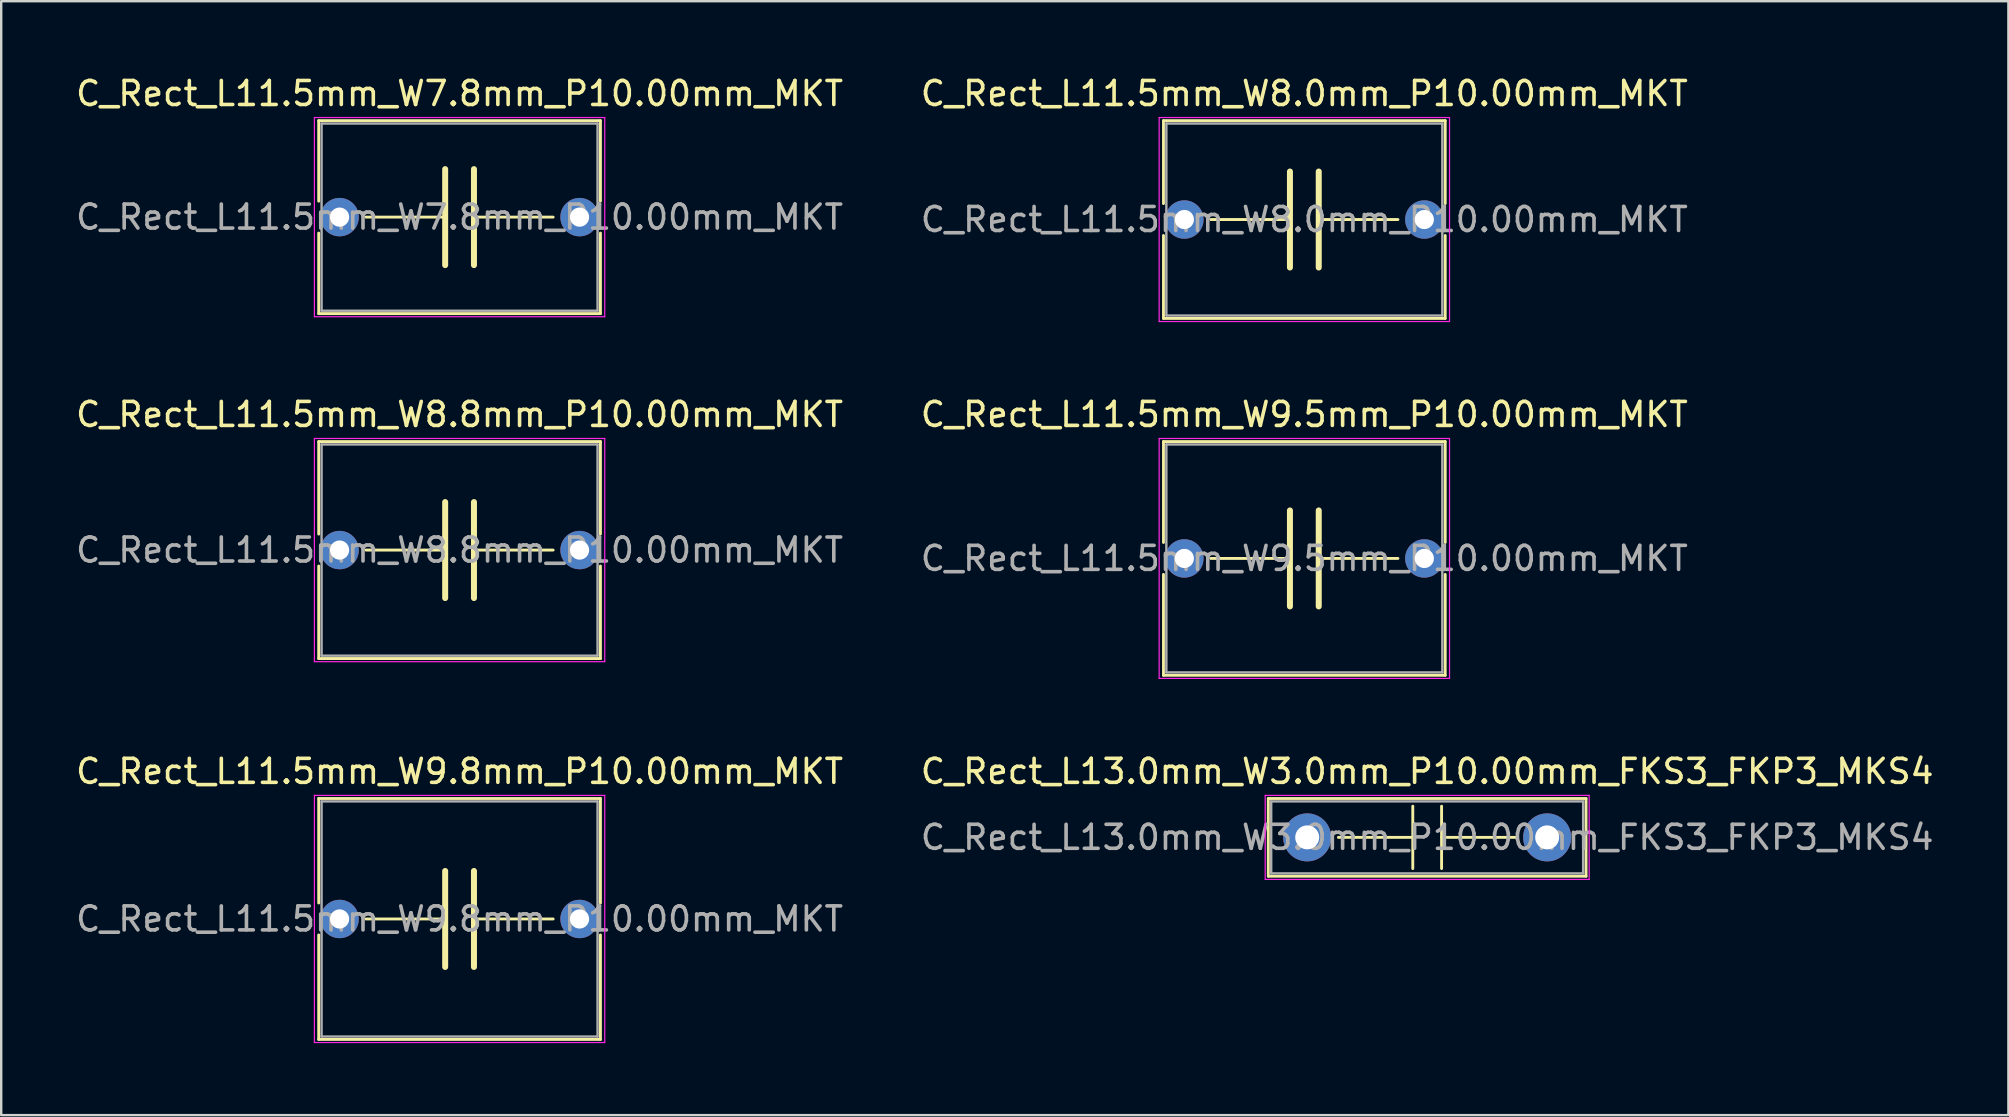
<source format=kicad_pcb>
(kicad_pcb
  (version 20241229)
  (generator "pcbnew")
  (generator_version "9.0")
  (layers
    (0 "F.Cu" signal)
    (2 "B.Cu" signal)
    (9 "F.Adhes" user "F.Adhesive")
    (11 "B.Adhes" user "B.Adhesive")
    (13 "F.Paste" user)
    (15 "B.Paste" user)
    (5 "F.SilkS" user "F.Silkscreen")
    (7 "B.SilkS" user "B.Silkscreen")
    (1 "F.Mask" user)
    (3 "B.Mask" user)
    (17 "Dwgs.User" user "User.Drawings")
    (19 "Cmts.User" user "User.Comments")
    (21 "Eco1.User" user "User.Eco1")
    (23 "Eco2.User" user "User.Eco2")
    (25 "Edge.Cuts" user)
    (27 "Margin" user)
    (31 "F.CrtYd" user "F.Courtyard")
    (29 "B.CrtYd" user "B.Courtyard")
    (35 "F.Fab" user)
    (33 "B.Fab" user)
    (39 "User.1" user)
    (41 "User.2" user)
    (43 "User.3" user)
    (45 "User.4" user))
  (footprint "C_Rect_L13.0mm_W3.0mm_P10.00mm_FKS3_FKP3_MKS4"
    (layer "F.Cu")
    (at 51.423 31.845)
    (property "Reference" "C_Rect_L13.0mm_W3.0mm_P10.00mm_FKS3_FKP3_MKS4" (at 5 -2.75 0) (layer "F.SilkS") (effects (font (size 1 1) (thickness 0.15))))
    (attr through_hole)
    (fp_line (start -1.62 -1.62) (end -1.62 1.62) (stroke (width 0.12) (type solid)) (layer "F.SilkS"))
    (fp_line (start -1.62 -1.62) (end 11.62 -1.62) (stroke (width 0.12) (type solid)) (layer "F.SilkS"))
    (fp_line (start -1.62 1.62) (end 11.62 1.62) (stroke (width 0.12) (type solid)) (layer "F.SilkS"))
    (fp_line (start 1.3 0) (end 4.4 0) (stroke (width 0.12) (type solid)) (layer "F.SilkS"))
    (fp_line (start 4.4 1.3) (end 4.4 -1.3) (stroke (width 0.12) (type solid)) (layer "F.SilkS"))
    (fp_line (start 5.6 1.3) (end 5.6 -1.3) (stroke (width 0.12) (type solid)) (layer "F.SilkS"))
    (fp_line (start 8.7 0) (end 5.6 0) (stroke (width 0.12) (type solid)) (layer "F.SilkS"))
    (fp_line (start 11.62 -1.62) (end 11.62 1.62) (stroke (width 0.12) (type solid)) (layer "F.SilkS"))
    (fp_line (start -1.75 -1.75) (end -1.75 1.75) (stroke (width 0.05) (type solid)) (layer "F.CrtYd"))
    (fp_line (start -1.75 1.75) (end 11.75 1.75) (stroke (width 0.05) (type solid)) (layer "F.CrtYd"))
    (fp_line (start 11.75 -1.75) (end -1.75 -1.75) (stroke (width 0.05) (type solid)) (layer "F.CrtYd"))
    (fp_line (start 11.75 1.75) (end 11.75 -1.75) (stroke (width 0.05) (type solid)) (layer "F.CrtYd"))
    (fp_line (start -1.5 -1.5) (end -1.5 1.5) (stroke (width 0.1) (type solid)) (layer "F.Fab"))
    (fp_line (start -1.5 1.5) (end 11.5 1.5) (stroke (width 0.1) (type solid)) (layer "F.Fab"))
    (fp_line (start 11.5 -1.5) (end -1.5 -1.5) (stroke (width 0.1) (type solid)) (layer "F.Fab"))
    (fp_line (start 11.5 1.5) (end 11.5 -1.5) (stroke (width 0.1) (type solid)) (layer "F.Fab"))
    (fp_text user "${REFERENCE}" (at 5 0 0) (layer "F.Fab") (effects (font (size 1 1) (thickness 0.15))))
    (pad "1" thru_hole circle (at 0 0) (size 2 2) (drill 1) (layers "*.Cu" "*.Mask"))
    (pad "2" thru_hole circle (at 10 0) (size 2 2) (drill 1) (layers "*.Cu" "*.Mask")))
  (footprint "C_Rect_L11.5mm_W8.8mm_P10.00mm_MKT"
    (layer "F.Cu")
    (at 11.101 19.872)
    (property "Reference" "C_Rect_L11.5mm_W8.8mm_P10.00mm_MKT" (at 5 -5.65 0) (layer "F.SilkS") (effects (font (size 1 1) (thickness 0.15))))
    (attr through_hole)
    (fp_line (start -0.87 -4.52) (end -0.87 -0.665) (stroke (width 0.12) (type solid)) (layer "F.SilkS"))
    (fp_line (start -0.87 -4.52) (end 10.87 -4.52) (stroke (width 0.12) (type solid)) (layer "F.SilkS"))
    (fp_line (start -0.87 0.665) (end -0.87 4.52) (stroke (width 0.12) (type solid)) (layer "F.SilkS"))
    (fp_line (start -0.87 4.52) (end 10.87 4.52) (stroke (width 0.12) (type solid)) (layer "F.SilkS"))
    (fp_line (start 1.1 0) (end 4.4 0) (stroke (width 0.12) (type solid)) (layer "F.SilkS"))
    (fp_line (start 4.4 2) (end 4.4 -2) (stroke (width 0.25) (type solid)) (layer "F.SilkS"))
    (fp_line (start 5.6 2) (end 5.6 -2) (stroke (width 0.25) (type solid)) (layer "F.SilkS"))
    (fp_line (start 8.9 0) (end 5.6 0) (stroke (width 0.12) (type solid)) (layer "F.SilkS"))
    (fp_line (start 10.87 -4.52) (end 10.87 -0.665) (stroke (width 0.12) (type solid)) (layer "F.SilkS"))
    (fp_line (start 10.87 0.665) (end 10.87 4.52) (stroke (width 0.12) (type solid)) (layer "F.SilkS"))
    (fp_line (start -1.05 -4.65) (end -1.05 4.65) (stroke (width 0.05) (type solid)) (layer "F.CrtYd"))
    (fp_line (start -1.05 4.65) (end 11.05 4.65) (stroke (width 0.05) (type solid)) (layer "F.CrtYd"))
    (fp_line (start 11.05 -4.65) (end -1.05 -4.65) (stroke (width 0.05) (type solid)) (layer "F.CrtYd"))
    (fp_line (start 11.05 4.65) (end 11.05 -4.65) (stroke (width 0.05) (type solid)) (layer "F.CrtYd"))
    (fp_line (start -0.75 -4.4) (end -0.75 4.4) (stroke (width 0.1) (type solid)) (layer "F.Fab"))
    (fp_line (start -0.75 4.4) (end 10.75 4.4) (stroke (width 0.1) (type solid)) (layer "F.Fab"))
    (fp_line (start 10.75 -4.4) (end -0.75 -4.4) (stroke (width 0.1) (type solid)) (layer "F.Fab"))
    (fp_line (start 10.75 4.4) (end 10.75 -4.4) (stroke (width 0.1) (type solid)) (layer "F.Fab"))
    (fp_text user "${REFERENCE}" (at 5 0 0) (layer "F.Fab") (effects (font (size 1 1) (thickness 0.15))))
    (pad "1" thru_hole circle (at 0 0) (size 1.6 1.6) (drill 0.8) (layers "*.Cu" "*.Mask"))
    (pad "2" thru_hole circle (at 10 0) (size 1.6 1.6) (drill 0.8) (layers "*.Cu" "*.Mask")))
  (footprint "C_Rect_L11.5mm_W9.5mm_P10.00mm_MKT"
    (layer "F.Cu")
    (at 46.304 20.221)
    (property "Reference" "C_Rect_L11.5mm_W9.5mm_P10.00mm_MKT" (at 5 -6 0) (layer "F.SilkS") (effects (font (size 1 1) (thickness 0.15))))
    (attr through_hole)
    (fp_line (start -0.87 -4.87) (end -0.87 -0.665) (stroke (width 0.12) (type solid)) (layer "F.SilkS"))
    (fp_line (start -0.87 -4.87) (end 10.87 -4.87) (stroke (width 0.12) (type solid)) (layer "F.SilkS"))
    (fp_line (start -0.87 0.665) (end -0.87 4.87) (stroke (width 0.12) (type solid)) (layer "F.SilkS"))
    (fp_line (start -0.87 4.87) (end 10.87 4.87) (stroke (width 0.12) (type solid)) (layer "F.SilkS"))
    (fp_line (start 1.1 0) (end 4.4 0) (stroke (width 0.12) (type solid)) (layer "F.SilkS"))
    (fp_line (start 4.4 2) (end 4.4 -2) (stroke (width 0.25) (type solid)) (layer "F.SilkS"))
    (fp_line (start 5.6 2) (end 5.6 -2) (stroke (width 0.25) (type solid)) (layer "F.SilkS"))
    (fp_line (start 8.9 0) (end 5.6 0) (stroke (width 0.12) (type solid)) (layer "F.SilkS"))
    (fp_line (start 10.87 -4.87) (end 10.87 -0.665) (stroke (width 0.12) (type solid)) (layer "F.SilkS"))
    (fp_line (start 10.87 0.665) (end 10.87 4.87) (stroke (width 0.12) (type solid)) (layer "F.SilkS"))
    (fp_line (start -1.05 -5) (end -1.05 5) (stroke (width 0.05) (type solid)) (layer "F.CrtYd"))
    (fp_line (start -1.05 5) (end 11.05 5) (stroke (width 0.05) (type solid)) (layer "F.CrtYd"))
    (fp_line (start 11.05 -5) (end -1.05 -5) (stroke (width 0.05) (type solid)) (layer "F.CrtYd"))
    (fp_line (start 11.05 5) (end 11.05 -5) (stroke (width 0.05) (type solid)) (layer "F.CrtYd"))
    (fp_line (start -0.75 -4.75) (end -0.75 4.75) (stroke (width 0.1) (type solid)) (layer "F.Fab"))
    (fp_line (start -0.75 4.75) (end 10.75 4.75) (stroke (width 0.1) (type solid)) (layer "F.Fab"))
    (fp_line (start 10.75 -4.75) (end -0.75 -4.75) (stroke (width 0.1) (type solid)) (layer "F.Fab"))
    (fp_line (start 10.75 4.75) (end 10.75 -4.75) (stroke (width 0.1) (type solid)) (layer "F.Fab"))
    (fp_text user "${REFERENCE}" (at 5 0 0) (layer "F.Fab") (effects (font (size 1 1) (thickness 0.15))))
    (pad "1" thru_hole circle (at 0 0) (size 1.6 1.6) (drill 0.8) (layers "*.Cu" "*.Mask"))
    (pad "2" thru_hole circle (at 10 0) (size 1.6 1.6) (drill 0.8) (layers "*.Cu" "*.Mask")))
  (footprint "C_Rect_L11.5mm_W9.8mm_P10.00mm_MKT"
    (layer "F.Cu")
    (at 11.101 35.245)
    (property "Reference" "C_Rect_L11.5mm_W9.8mm_P10.00mm_MKT" (at 5 -6.15 0) (layer "F.SilkS") (effects (font (size 1 1) (thickness 0.15))))
    (attr through_hole)
    (fp_line (start -0.87 -5.02) (end -0.87 -0.665) (stroke (width 0.12) (type solid)) (layer "F.SilkS"))
    (fp_line (start -0.87 -5.02) (end 10.87 -5.02) (stroke (width 0.12) (type solid)) (layer "F.SilkS"))
    (fp_line (start -0.87 0.665) (end -0.87 5.02) (stroke (width 0.12) (type solid)) (layer "F.SilkS"))
    (fp_line (start -0.87 5.02) (end 10.87 5.02) (stroke (width 0.12) (type solid)) (layer "F.SilkS"))
    (fp_line (start 1.1 0) (end 4.4 0) (stroke (width 0.12) (type solid)) (layer "F.SilkS"))
    (fp_line (start 4.4 2) (end 4.4 -2) (stroke (width 0.25) (type solid)) (layer "F.SilkS"))
    (fp_line (start 5.6 2) (end 5.6 -2) (stroke (width 0.25) (type solid)) (layer "F.SilkS"))
    (fp_line (start 8.9 0) (end 5.6 0) (stroke (width 0.12) (type solid)) (layer "F.SilkS"))
    (fp_line (start 10.87 -5.02) (end 10.87 -0.665) (stroke (width 0.12) (type solid)) (layer "F.SilkS"))
    (fp_line (start 10.87 0.665) (end 10.87 5.02) (stroke (width 0.12) (type solid)) (layer "F.SilkS"))
    (fp_line (start -1.05 -5.15) (end -1.05 5.15) (stroke (width 0.05) (type solid)) (layer "F.CrtYd"))
    (fp_line (start -1.05 5.15) (end 11.05 5.15) (stroke (width 0.05) (type solid)) (layer "F.CrtYd"))
    (fp_line (start 11.05 -5.15) (end -1.05 -5.15) (stroke (width 0.05) (type solid)) (layer "F.CrtYd"))
    (fp_line (start 11.05 5.15) (end 11.05 -5.15) (stroke (width 0.05) (type solid)) (layer "F.CrtYd"))
    (fp_line (start -0.75 -4.9) (end -0.75 4.9) (stroke (width 0.1) (type solid)) (layer "F.Fab"))
    (fp_line (start -0.75 4.9) (end 10.75 4.9) (stroke (width 0.1) (type solid)) (layer "F.Fab"))
    (fp_line (start 10.75 -4.9) (end -0.75 -4.9) (stroke (width 0.1) (type solid)) (layer "F.Fab"))
    (fp_line (start 10.75 4.9) (end 10.75 -4.9) (stroke (width 0.1) (type solid)) (layer "F.Fab"))
    (fp_text user "${REFERENCE}" (at 5 0 0) (layer "F.Fab") (effects (font (size 1 1) (thickness 0.15))))
    (pad "1" thru_hole circle (at 0 0) (size 1.6 1.6) (drill 0.8) (layers "*.Cu" "*.Mask"))
    (pad "2" thru_hole circle (at 10 0) (size 1.6 1.6) (drill 0.8) (layers "*.Cu" "*.Mask")))
  (footprint "C_Rect_L11.5mm_W8.0mm_P10.00mm_MKT"
    (layer "F.Cu")
    (at 46.304 6.098)
    (property "Reference" "C_Rect_L11.5mm_W8.0mm_P10.00mm_MKT" (at 5 -5.25 0) (layer "F.SilkS") (effects (font (size 1 1) (thickness 0.15))))
    (attr through_hole)
    (fp_line (start -0.87 -4.12) (end -0.87 -0.665) (stroke (width 0.12) (type solid)) (layer "F.SilkS"))
    (fp_line (start -0.87 -4.12) (end 10.87 -4.12) (stroke (width 0.12) (type solid)) (layer "F.SilkS"))
    (fp_line (start -0.87 0.665) (end -0.87 4.12) (stroke (width 0.12) (type solid)) (layer "F.SilkS"))
    (fp_line (start -0.87 4.12) (end 10.87 4.12) (stroke (width 0.12) (type solid)) (layer "F.SilkS"))
    (fp_line (start 1.1 0) (end 4.4 0) (stroke (width 0.12) (type solid)) (layer "F.SilkS"))
    (fp_line (start 4.4 2) (end 4.4 -2) (stroke (width 0.25) (type solid)) (layer "F.SilkS"))
    (fp_line (start 5.6 2) (end 5.6 -2) (stroke (width 0.25) (type solid)) (layer "F.SilkS"))
    (fp_line (start 8.9 0) (end 5.6 0) (stroke (width 0.12) (type solid)) (layer "F.SilkS"))
    (fp_line (start 10.87 -4.12) (end 10.87 -0.665) (stroke (width 0.12) (type solid)) (layer "F.SilkS"))
    (fp_line (start 10.87 0.665) (end 10.87 4.12) (stroke (width 0.12) (type solid)) (layer "F.SilkS"))
    (fp_line (start -1.05 -4.25) (end -1.05 4.25) (stroke (width 0.05) (type solid)) (layer "F.CrtYd"))
    (fp_line (start -1.05 4.25) (end 11.05 4.25) (stroke (width 0.05) (type solid)) (layer "F.CrtYd"))
    (fp_line (start 11.05 -4.25) (end -1.05 -4.25) (stroke (width 0.05) (type solid)) (layer "F.CrtYd"))
    (fp_line (start 11.05 4.25) (end 11.05 -4.25) (stroke (width 0.05) (type solid)) (layer "F.CrtYd"))
    (fp_line (start -0.75 -4) (end -0.75 4) (stroke (width 0.1) (type solid)) (layer "F.Fab"))
    (fp_line (start -0.75 4) (end 10.75 4) (stroke (width 0.1) (type solid)) (layer "F.Fab"))
    (fp_line (start 10.75 -4) (end -0.75 -4) (stroke (width 0.1) (type solid)) (layer "F.Fab"))
    (fp_line (start 10.75 4) (end 10.75 -4) (stroke (width 0.1) (type solid)) (layer "F.Fab"))
    (fp_text user "${REFERENCE}" (at 5 0 0) (layer "F.Fab") (effects (font (size 1 1) (thickness 0.15))))
    (pad "1" thru_hole circle (at 0 0) (size 1.6 1.6) (drill 0.8) (layers "*.Cu" "*.Mask"))
    (pad "2" thru_hole circle (at 10 0) (size 1.6 1.6) (drill 0.8) (layers "*.Cu" "*.Mask")))
  (footprint "C_Rect_L11.5mm_W7.8mm_P10.00mm_MKT"
    (layer "F.Cu")
    (at 11.101 5.998)
    (property "Reference" "C_Rect_L11.5mm_W7.8mm_P10.00mm_MKT" (at 5 -5.15 0) (layer "F.SilkS") (effects (font (size 1 1) (thickness 0.15))))
    (attr through_hole)
    (fp_line (start -0.87 -4.02) (end -0.87 -0.665) (stroke (width 0.12) (type solid)) (layer "F.SilkS"))
    (fp_line (start -0.87 -4.02) (end 10.87 -4.02) (stroke (width 0.12) (type solid)) (layer "F.SilkS"))
    (fp_line (start -0.87 0.665) (end -0.87 4.02) (stroke (width 0.12) (type solid)) (layer "F.SilkS"))
    (fp_line (start -0.87 4.02) (end 10.87 4.02) (stroke (width 0.12) (type solid)) (layer "F.SilkS"))
    (fp_line (start 1.1 0) (end 4.4 0) (stroke (width 0.12) (type solid)) (layer "F.SilkS"))
    (fp_line (start 4.4 2) (end 4.4 -2) (stroke (width 0.25) (type solid)) (layer "F.SilkS"))
    (fp_line (start 5.6 2) (end 5.6 -2) (stroke (width 0.25) (type solid)) (layer "F.SilkS"))
    (fp_line (start 8.9 0) (end 5.6 0) (stroke (width 0.12) (type solid)) (layer "F.SilkS"))
    (fp_line (start 10.87 -4.02) (end 10.87 -0.665) (stroke (width 0.12) (type solid)) (layer "F.SilkS"))
    (fp_line (start 10.87 0.665) (end 10.87 4.02) (stroke (width 0.12) (type solid)) (layer "F.SilkS"))
    (fp_line (start -1.05 -4.15) (end -1.05 4.15) (stroke (width 0.05) (type solid)) (layer "F.CrtYd"))
    (fp_line (start -1.05 4.15) (end 11.05 4.15) (stroke (width 0.05) (type solid)) (layer "F.CrtYd"))
    (fp_line (start 11.05 -4.15) (end -1.05 -4.15) (stroke (width 0.05) (type solid)) (layer "F.CrtYd"))
    (fp_line (start 11.05 4.15) (end 11.05 -4.15) (stroke (width 0.05) (type solid)) (layer "F.CrtYd"))
    (fp_line (start -0.75 -3.9) (end -0.75 3.9) (stroke (width 0.1) (type solid)) (layer "F.Fab"))
    (fp_line (start -0.75 3.9) (end 10.75 3.9) (stroke (width 0.1) (type solid)) (layer "F.Fab"))
    (fp_line (start 10.75 -3.9) (end -0.75 -3.9) (stroke (width 0.1) (type solid)) (layer "F.Fab"))
    (fp_line (start 10.75 3.9) (end 10.75 -3.9) (stroke (width 0.1) (type solid)) (layer "F.Fab"))
    (fp_text user "${REFERENCE}" (at 5 0 0) (layer "F.Fab") (effects (font (size 1 1) (thickness 0.15))))
    (pad "1" thru_hole circle (at 0 0) (size 1.6 1.6) (drill 0.8) (layers "*.Cu" "*.Mask"))
    (pad "2" thru_hole circle (at 10 0) (size 1.6 1.6) (drill 0.8) (layers "*.Cu" "*.Mask")))
  (gr_rect
    (start -3 -3)
    (end 80.643 43.42)
    (stroke (width 0.1) (type default))
    (fill no)
    (layer "Edge.Cuts")))
</source>
